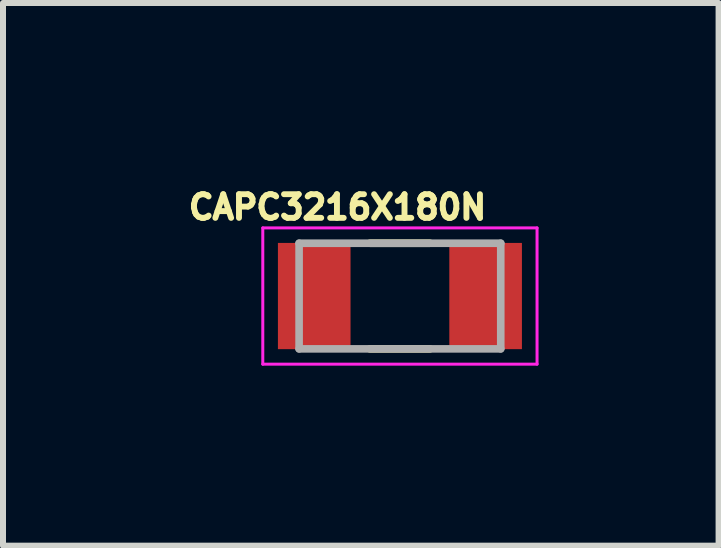
<source format=kicad_pcb>
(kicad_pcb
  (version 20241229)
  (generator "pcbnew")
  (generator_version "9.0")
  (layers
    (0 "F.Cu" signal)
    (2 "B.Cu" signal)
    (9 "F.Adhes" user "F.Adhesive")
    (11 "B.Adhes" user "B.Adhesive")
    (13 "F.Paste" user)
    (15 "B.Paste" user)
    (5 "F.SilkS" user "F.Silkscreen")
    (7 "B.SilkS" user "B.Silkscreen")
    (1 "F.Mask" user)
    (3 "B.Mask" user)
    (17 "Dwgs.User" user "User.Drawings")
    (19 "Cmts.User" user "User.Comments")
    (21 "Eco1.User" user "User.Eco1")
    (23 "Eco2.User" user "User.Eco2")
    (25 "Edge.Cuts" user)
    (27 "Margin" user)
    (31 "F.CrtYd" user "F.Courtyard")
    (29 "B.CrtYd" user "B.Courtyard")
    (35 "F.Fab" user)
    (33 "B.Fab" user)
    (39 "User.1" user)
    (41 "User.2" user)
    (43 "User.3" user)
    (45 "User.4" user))
  (footprint "CAPC3216X180N"
    (layer "F.Cu")
    (at 3.614 1.883)
    (property "Reference" "CAPC3216X180N" (at -1.04 -1.48 0) (layer "F.SilkS") (effects (font (size 0.394 0.394) (thickness 0.15))))
    (attr smd)
    (fp_line (start -0.5 -0.88) (end 0.5 -0.88) (stroke (width 0.127) (type solid)) (layer "F.SilkS"))
    (fp_line (start -0.5 0.88) (end 0.5 0.88) (stroke (width 0.127) (type solid)) (layer "F.SilkS"))
    (fp_line (start -2.285 -1.135) (end 2.285 -1.135) (stroke (width 0.05) (type solid)) (layer "F.CrtYd"))
    (fp_line (start -2.285 1.135) (end -2.285 -1.135) (stroke (width 0.05) (type solid)) (layer "F.CrtYd"))
    (fp_line (start -2.285 1.135) (end 2.285 1.135) (stroke (width 0.05) (type solid)) (layer "F.CrtYd"))
    (fp_line (start 2.285 1.135) (end 2.285 -1.135) (stroke (width 0.05) (type solid)) (layer "F.CrtYd"))
    (fp_line (start -1.68 0.88) (end -1.68 -0.88) (stroke (width 0.127) (type solid)) (layer "F.Fab"))
    (fp_line (start 1.68 -0.88) (end -1.68 -0.88) (stroke (width 0.127) (type solid)) (layer "F.Fab"))
    (fp_line (start 1.68 0.88) (end -1.68 0.88) (stroke (width 0.127) (type solid)) (layer "F.Fab"))
    (fp_line (start 1.68 0.88) (end 1.68 -0.88) (stroke (width 0.127) (type solid)) (layer "F.Fab"))
    (pad "1" smd rect (at -1.428 0) (size 1.21 1.77) (layers "F.Cu" "F.Mask" "F.Paste"))
    (pad "2" smd rect (at 1.428 0) (size 1.21 1.77) (layers "F.Cu" "F.Mask" "F.Paste")))
  (gr_rect
    (start -3 -3)
    (end 8.924 6.043)
    (stroke (width 0.1) (type default))
    (fill no)
    (layer "Edge.Cuts")))
</source>
